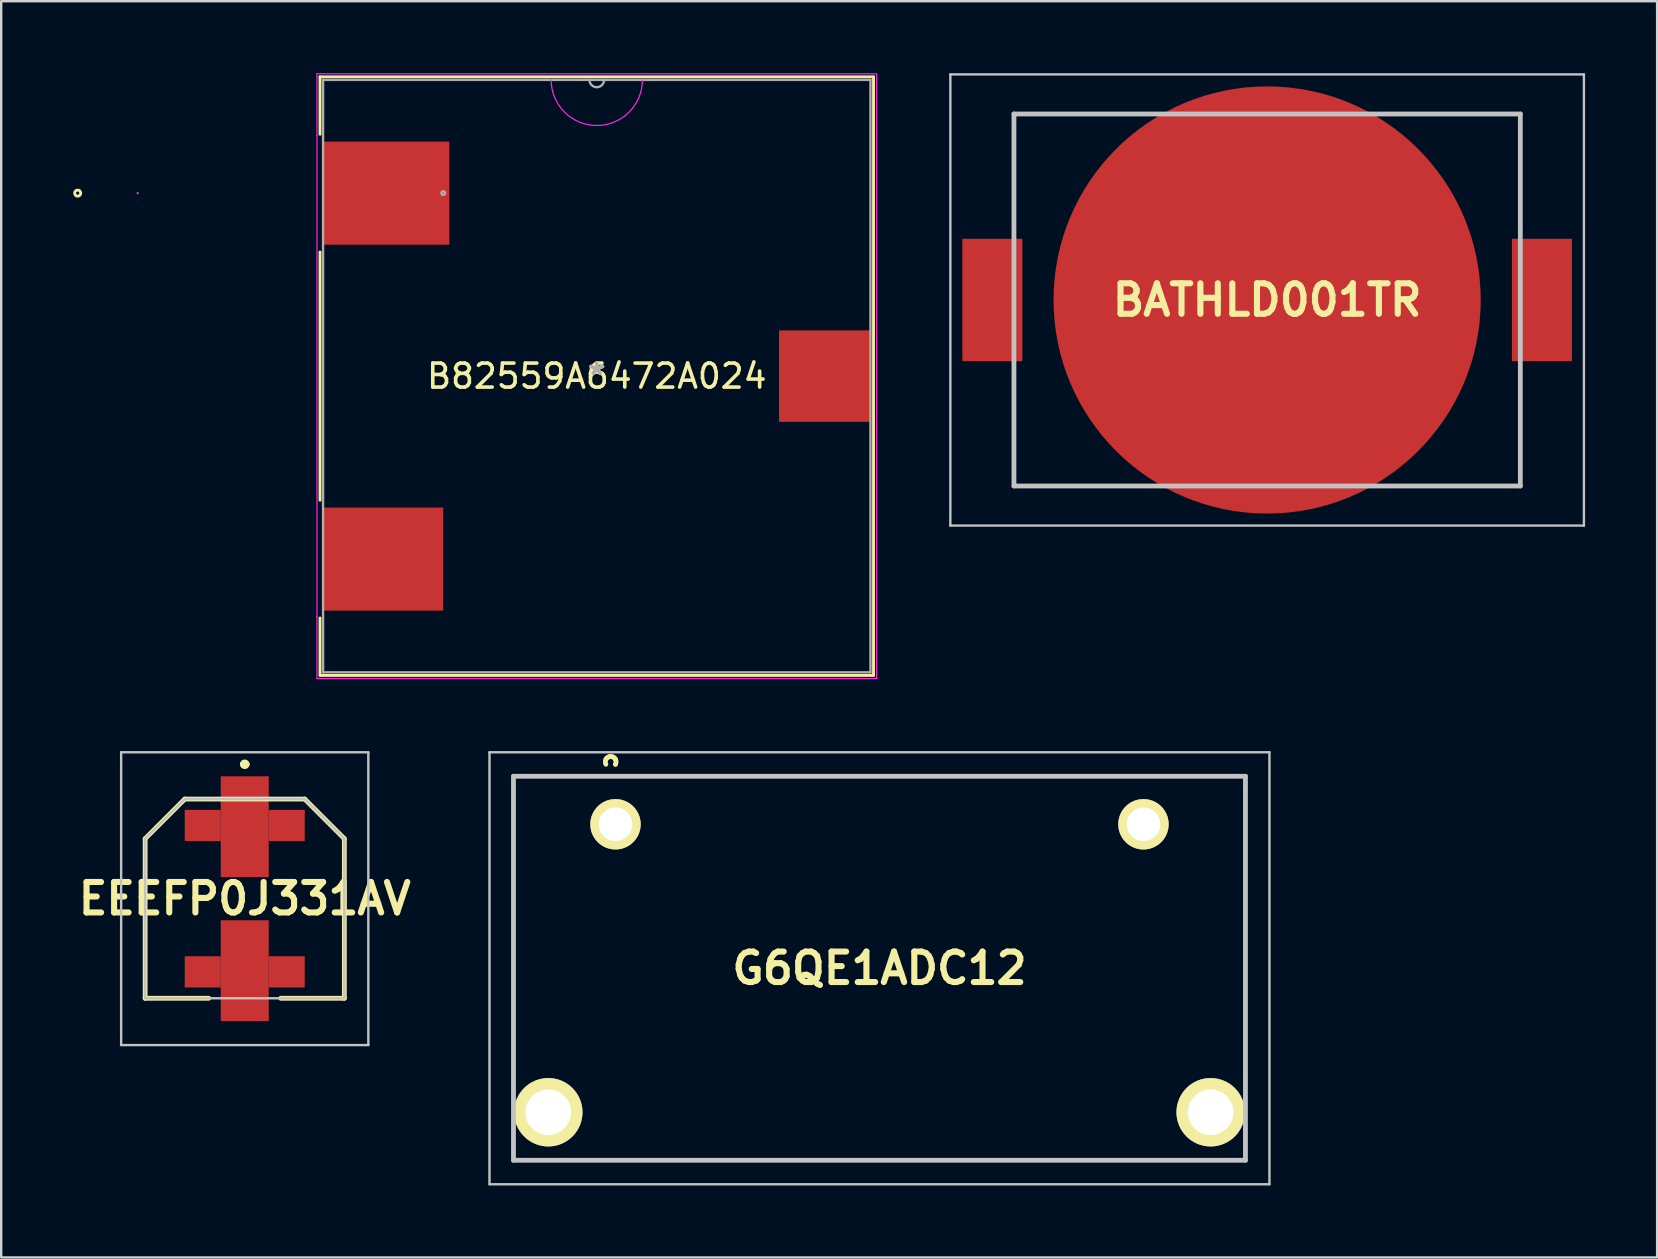
<source format=kicad_pcb>
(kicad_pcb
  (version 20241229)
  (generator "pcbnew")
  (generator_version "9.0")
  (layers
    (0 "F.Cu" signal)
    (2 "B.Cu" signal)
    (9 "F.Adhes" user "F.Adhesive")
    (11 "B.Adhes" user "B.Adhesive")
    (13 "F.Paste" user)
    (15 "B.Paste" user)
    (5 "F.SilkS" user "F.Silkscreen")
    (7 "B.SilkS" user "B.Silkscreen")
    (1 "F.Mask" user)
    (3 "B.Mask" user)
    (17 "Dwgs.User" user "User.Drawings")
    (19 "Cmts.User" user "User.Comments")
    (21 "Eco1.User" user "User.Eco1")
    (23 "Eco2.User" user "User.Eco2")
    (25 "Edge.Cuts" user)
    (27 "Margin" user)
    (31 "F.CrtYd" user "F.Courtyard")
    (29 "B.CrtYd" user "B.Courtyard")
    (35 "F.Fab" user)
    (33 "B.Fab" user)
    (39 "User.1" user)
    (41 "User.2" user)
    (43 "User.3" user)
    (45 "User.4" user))
  (footprint "EEEFP0J331AV"
    (layer "F.Cu")
    (at 7.148 34.397)
    (property "Reference" "EEEFP0J331AV" (at 0 0 0) (layer "F.SilkS") (effects (font (size 1.27 1.27) (thickness 0.254))))
    (attr smd)
    (fp_line (start -4.15 -2.5) (end -2.5 -4.15) (stroke (width 0.2) (type solid)) (layer "F.SilkS"))
    (fp_line (start -4.15 4.15) (end -4.15 -2.5) (stroke (width 0.2) (type solid)) (layer "F.SilkS"))
    (fp_line (start -2.5 -4.15) (end 2.5 -4.15) (stroke (width 0.2) (type solid)) (layer "F.SilkS"))
    (fp_line (start -1.5 4.15) (end -4.15 4.15) (stroke (width 0.2) (type solid)) (layer "F.SilkS"))
    (fp_line (start -0.1 -5.6) (end -0.1 -5.6) (stroke (width 0.2) (type solid)) (layer "F.SilkS"))
    (fp_line (start 0.1 -5.6) (end 0.1 -5.6) (stroke (width 0.2) (type solid)) (layer "F.SilkS"))
    (fp_line (start 2.5 -4.15) (end 4.15 -2.5) (stroke (width 0.2) (type solid)) (layer "F.SilkS"))
    (fp_line (start 4.15 -2.5) (end 4.15 4.15) (stroke (width 0.2) (type solid)) (layer "F.SilkS"))
    (fp_line (start 4.15 4.15) (end 1.5 4.15) (stroke (width 0.2) (type solid)) (layer "F.SilkS"))
    (fp_arc (start -0.1 -5.6) (mid 0 -5.7) (end 0.1 -5.6) (stroke (width 0.2) (type solid)) (layer "F.SilkS"))
    (fp_arc (start 0.1 -5.6) (mid 0 -5.5) (end -0.1 -5.6) (stroke (width 0.2) (type solid)) (layer "F.SilkS"))
    (fp_line (start -5.15 -6.1) (end 5.15 -6.1) (stroke (width 0.1) (type solid)) (layer "Dwgs.User"))
    (fp_line (start -5.15 6.1) (end -5.15 -6.1) (stroke (width 0.1) (type solid)) (layer "Dwgs.User"))
    (fp_line (start -4.15 -2.5) (end -4.15 4.15) (stroke (width 0.1) (type solid)) (layer "Dwgs.User"))
    (fp_line (start -4.15 4.15) (end 4.15 4.15) (stroke (width 0.1) (type solid)) (layer "Dwgs.User"))
    (fp_line (start -2.5 -4.15) (end -4.15 -2.5) (stroke (width 0.1) (type solid)) (layer "Dwgs.User"))
    (fp_line (start 2.5 -4.15) (end -2.5 -4.15) (stroke (width 0.1) (type solid)) (layer "Dwgs.User"))
    (fp_line (start 4.15 -2.5) (end 2.5 -4.15) (stroke (width 0.1) (type solid)) (layer "Dwgs.User"))
    (fp_line (start 4.15 4.15) (end 4.15 -2.5) (stroke (width 0.1) (type solid)) (layer "Dwgs.User"))
    (fp_line (start 5.15 -6.1) (end 5.15 6.1) (stroke (width 0.1) (type solid)) (layer "Dwgs.User"))
    (fp_line (start 5.15 6.1) (end -5.15 6.1) (stroke (width 0.1) (type solid)) (layer "Dwgs.User"))
    (pad "1" smd rect (at 0 -3) (size 2 4.2) (layers "F.Cu" "F.Mask" "F.Paste"))
    (pad "2" smd rect (at 0 3) (size 2 4.2) (layers "F.Cu" "F.Mask" "F.Paste"))
    (pad "3" smd rect (at -1.75 -3.05 90) (size 1.3 1.5) (layers "F.Cu" "F.Mask" "F.Paste"))
    (pad "4" smd rect (at 1.75 -3.05 90) (size 1.3 1.5) (layers "F.Cu" "F.Mask" "F.Paste"))
    (pad "5" smd rect (at -1.75 3.05 90) (size 1.3 1.5) (layers "F.Cu" "F.Mask" "F.Paste"))
    (pad "6" smd rect (at 1.75 3.05 90) (size 1.3 1.5) (layers "F.Cu" "F.Mask" "F.Paste")))
  (footprint "B82559A6472A024"
    (layer "F.Cu")
    (at 21.817 12.623)
    (property "Reference" "B82559A6472A024" (at 0 0 0) (layer "F.SilkS") (effects (font (size 1 1) (thickness 0.15))))
    (attr through_hole)
    (fp_line (start -11.532 -12.471) (end -11.532 -10.078) (stroke (width 0.12) (type solid)) (layer "F.SilkS"))
    (fp_line (start -11.532 -5.172) (end -11.532 5.172) (stroke (width 0.12) (type solid)) (layer "F.SilkS"))
    (fp_line (start -11.532 10.078) (end -11.532 12.471) (stroke (width 0.12) (type solid)) (layer "F.SilkS"))
    (fp_line (start -11.532 12.471) (end 11.532 12.471) (stroke (width 0.12) (type solid)) (layer "F.SilkS"))
    (fp_line (start 11.532 -12.471) (end -11.532 -12.471) (stroke (width 0.12) (type solid)) (layer "F.SilkS"))
    (fp_line (start 11.532 12.471) (end 11.532 -12.471) (stroke (width 0.12) (type solid)) (layer "F.SilkS"))
    (fp_circle (center -21.63 -7.625) (end -21.503 -7.625) (stroke (width 0.12) (type solid)) (fill no) (layer "F.SilkS"))
    (fp_line (start -11.659 -12.598) (end 11.659 -12.598) (stroke (width 0.05) (type solid)) (layer "F.CrtYd"))
    (fp_line (start -11.659 -10.025) (end -11.659 -12.598) (stroke (width 0.05) (type solid)) (layer "F.CrtYd"))
    (fp_line (start -11.659 -10.025) (end -11.659 -10.025) (stroke (width 0.05) (type solid)) (layer "F.CrtYd"))
    (fp_line (start -11.659 10.025) (end -11.659 -10.025) (stroke (width 0.05) (type solid)) (layer "F.CrtYd"))
    (fp_line (start -11.659 10.025) (end -11.659 10.025) (stroke (width 0.05) (type solid)) (layer "F.CrtYd"))
    (fp_line (start -11.659 12.598) (end -11.659 10.025) (stroke (width 0.05) (type solid)) (layer "F.CrtYd"))
    (fp_line (start 11.659 -12.598) (end 11.659 -10.025) (stroke (width 0.05) (type solid)) (layer "F.CrtYd"))
    (fp_line (start 11.659 -10.025) (end 11.659 -10.025) (stroke (width 0.05) (type solid)) (layer "F.CrtYd"))
    (fp_line (start 11.659 -10.025) (end 11.659 10.025) (stroke (width 0.05) (type solid)) (layer "F.CrtYd"))
    (fp_line (start 11.659 10.025) (end 11.659 10.025) (stroke (width 0.05) (type solid)) (layer "F.CrtYd"))
    (fp_line (start 11.659 10.025) (end 11.659 12.598) (stroke (width 0.05) (type solid)) (layer "F.CrtYd"))
    (fp_line (start 11.659 12.598) (end -11.659 12.598) (stroke (width 0.05) (type solid)) (layer "F.CrtYd"))
    (fp_arc (start 1.900767 -12.3444) (mid 0 -10.443633) (end -1.900767 -12.3444) (stroke (width 0.05) (type solid)) (layer "F.CrtYd"))
    (fp_circle (center -19.129 -7.625) (end -19.129 -7.625) (stroke (width 0.05) (type solid)) (fill no) (layer "F.CrtYd"))
    (fp_line (start -11.405 -12.344) (end -11.405 12.344) (stroke (width 0.1) (type solid)) (layer "F.Fab"))
    (fp_line (start -11.405 12.344) (end 11.405 12.344) (stroke (width 0.1) (type solid)) (layer "F.Fab"))
    (fp_line (start 11.405 -12.344) (end -11.405 -12.344) (stroke (width 0.1) (type solid)) (layer "F.Fab"))
    (fp_line (start 11.405 12.344) (end 11.405 -12.344) (stroke (width 0.1) (type solid)) (layer "F.Fab"))
    (fp_arc (start 0.3048 -12.3444) (mid 0 -12.0396) (end -0.3048 -12.3444) (stroke (width 0.1) (type solid)) (layer "F.Fab"))
    (fp_circle (center -6.398 -7.625) (end -6.322 -7.625) (stroke (width 0.1) (type solid)) (fill no) (layer "F.Fab"))
    (fp_text user "*" (at 0 0 0) (layer "F.SilkS") (effects (font (size 1 1) (thickness 0.15))))
    (fp_text user "Copyright 2021 Accelerated Designs. All rights reserved." (at 0 0 0) (layer "Cmts.User") (effects (font (size 0.127 0.127) (thickness 0.002))))
    (fp_text user "*" (at 0 0 0) (layer "F.Fab") (effects (font (size 1 1) (thickness 0.15))))
    (pad "1" smd rect (at -8.773 -7.625) (size 5.258 4.293) (layers "F.Cu" "F.Mask" "F.Paste"))
    (pad "2" smd rect (at -8.9 7.625) (size 5.004 4.293) (layers "F.Cu" "F.Mask" "F.Paste"))
    (pad "3" smd rect (at 9.5 -0.000001) (size 3.81 3.81) (layers "F.Cu" "F.Mask" "F.Paste")))
  (footprint "BATHLD001TR"
    (layer "F.Cu")
    (at 49.751 9.45)
    (property "Reference" "BATHLD001TR" (at 0 0 0) (layer "F.SilkS") (effects (font (size 1.27 1.27) (thickness 0.254))))
    (attr smd)
    (fp_line (start -10.55 -7.75) (end -10.55 -3.5) (stroke (width 0.1) (type solid)) (layer "F.SilkS"))
    (fp_line (start -10.55 7.75) (end -10.55 3.5) (stroke (width 0.1) (type solid)) (layer "F.SilkS"))
    (fp_line (start -5.5 -7.75) (end -10.55 -7.75) (stroke (width 0.1) (type solid)) (layer "F.SilkS"))
    (fp_line (start -5.5 7.75) (end -10.55 7.75) (stroke (width 0.1) (type solid)) (layer "F.SilkS"))
    (fp_line (start 5.5 -7.75) (end 10.55 -7.75) (stroke (width 0.1) (type solid)) (layer "F.SilkS"))
    (fp_line (start 5.5 7.75) (end 10.55 7.75) (stroke (width 0.1) (type solid)) (layer "F.SilkS"))
    (fp_line (start 10.55 -7.75) (end 10.55 -3.5) (stroke (width 0.1) (type solid)) (layer "F.SilkS"))
    (fp_line (start 10.55 7.75) (end 10.55 3.5) (stroke (width 0.1) (type solid)) (layer "F.SilkS"))
    (fp_line (start -13.2 -9.4) (end 13.2 -9.4) (stroke (width 0.1) (type solid)) (layer "Dwgs.User"))
    (fp_line (start -13.2 9.4) (end -13.2 -9.4) (stroke (width 0.1) (type solid)) (layer "Dwgs.User"))
    (fp_line (start -10.55 -7.75) (end 10.55 -7.75) (stroke (width 0.2) (type solid)) (layer "Dwgs.User"))
    (fp_line (start -10.55 7.75) (end -10.55 -7.75) (stroke (width 0.2) (type solid)) (layer "Dwgs.User"))
    (fp_line (start 10.55 -7.75) (end 10.55 7.75) (stroke (width 0.2) (type solid)) (layer "Dwgs.User"))
    (fp_line (start 10.55 7.75) (end -10.55 7.75) (stroke (width 0.2) (type solid)) (layer "Dwgs.User"))
    (fp_line (start 13.2 -9.4) (end 13.2 9.4) (stroke (width 0.1) (type solid)) (layer "Dwgs.User"))
    (fp_line (start 13.2 9.4) (end -13.2 9.4) (stroke (width 0.1) (type solid)) (layer "Dwgs.User"))
    (pad "1" smd rect (at -11.45 0) (size 2.5 5.1) (layers "F.Cu" "F.Mask" "F.Paste"))
    (pad "2" smd circle (at 0 0 90) (size 17.8 17.8) (layers "F.Cu" "F.Mask" "F.Paste"))
    (pad "3" smd rect (at 11.45 0) (size 2.5 5.1) (layers "F.Cu" "F.Mask" "F.Paste")))
  (footprint "G6QE1ADC12"
    (layer "F.Cu")
    (at 22.597 31.297)
    (property "Reference" "G6QE1ADC12" (at 11 6 0) (layer "F.SilkS") (effects (font (size 1.27 1.27) (thickness 0.254))))
    (attr through_hole)
    (fp_line (start -4.25 -2) (end -4.25 10.5) (stroke (width 0.1) (type solid)) (layer "F.SilkS"))
    (fp_line (start -4.25 13.5) (end -4.25 14) (stroke (width 0.1) (type solid)) (layer "F.SilkS"))
    (fp_line (start -4.25 14) (end 26.25 14) (stroke (width 0.1) (type solid)) (layer "F.SilkS"))
    (fp_line (start 0 -2.7) (end 0 -2.7) (stroke (width 0.2) (type solid)) (layer "F.SilkS"))
    (fp_line (start 0 -2.5) (end 0 -2.5) (stroke (width 0.2) (type solid)) (layer "F.SilkS"))
    (fp_line (start 26.25 -2) (end -4.25 -2) (stroke (width 0.1) (type solid)) (layer "F.SilkS"))
    (fp_line (start 26.25 10.5) (end 26.25 -2) (stroke (width 0.1) (type solid)) (layer "F.SilkS"))
    (fp_line (start 26.25 14) (end 26.25 13.5) (stroke (width 0.1) (type solid)) (layer "F.SilkS"))
    (fp_arc (start -0.4 -2.7) (mid -0.1 -2.8) (end 0 -2.5) (stroke (width 0.2) (type solid)) (layer "F.SilkS"))
    (fp_arc (start -0.4 -2.5) (mid -0.3 -2.8) (end 0 -2.7) (stroke (width 0.2) (type solid)) (layer "F.SilkS"))
    (fp_line (start -5.25 -3) (end -5.25 15) (stroke (width 0.1) (type solid)) (layer "Dwgs.User"))
    (fp_line (start -5.25 15) (end 27.25 15) (stroke (width 0.1) (type solid)) (layer "Dwgs.User"))
    (fp_line (start -4.25 -2) (end -4.25 14) (stroke (width 0.2) (type solid)) (layer "Dwgs.User"))
    (fp_line (start -4.25 14) (end 26.25 14) (stroke (width 0.2) (type solid)) (layer "Dwgs.User"))
    (fp_line (start 26.25 -2) (end -4.25 -2) (stroke (width 0.2) (type solid)) (layer "Dwgs.User"))
    (fp_line (start 26.25 14) (end 26.25 -2) (stroke (width 0.2) (type solid)) (layer "Dwgs.User"))
    (fp_line (start 27.25 -3) (end -5.25 -3) (stroke (width 0.1) (type solid)) (layer "Dwgs.User"))
    (fp_line (start 27.25 15) (end 27.25 -3) (stroke (width 0.1) (type solid)) (layer "Dwgs.User"))
    (pad "1" thru_hole circle (at 0 0 90) (size 2.1 2.1) (drill 1.4) (layers "*.Cu" "*.Mask" "F.SilkS"))
    (pad "2" thru_hole circle (at 22 0 90) (size 2.1 2.1) (drill 1.4) (layers "*.Cu" "*.Mask" "F.SilkS"))
    (pad "3" thru_hole circle (at 24.8 12 90) (size 2.85 2.85) (drill 1.9) (layers "*.Cu" "*.Mask" "F.SilkS"))
    (pad "4" thru_hole circle (at -2.8 12 90) (size 2.85 2.85) (drill 1.9) (layers "*.Cu" "*.Mask" "F.SilkS")))
  (gr_rect
    (start -3 -3)
    (end 66.001 49.347)
    (stroke (width 0.1) (type default))
    (fill no)
    (layer "Edge.Cuts")))
</source>
